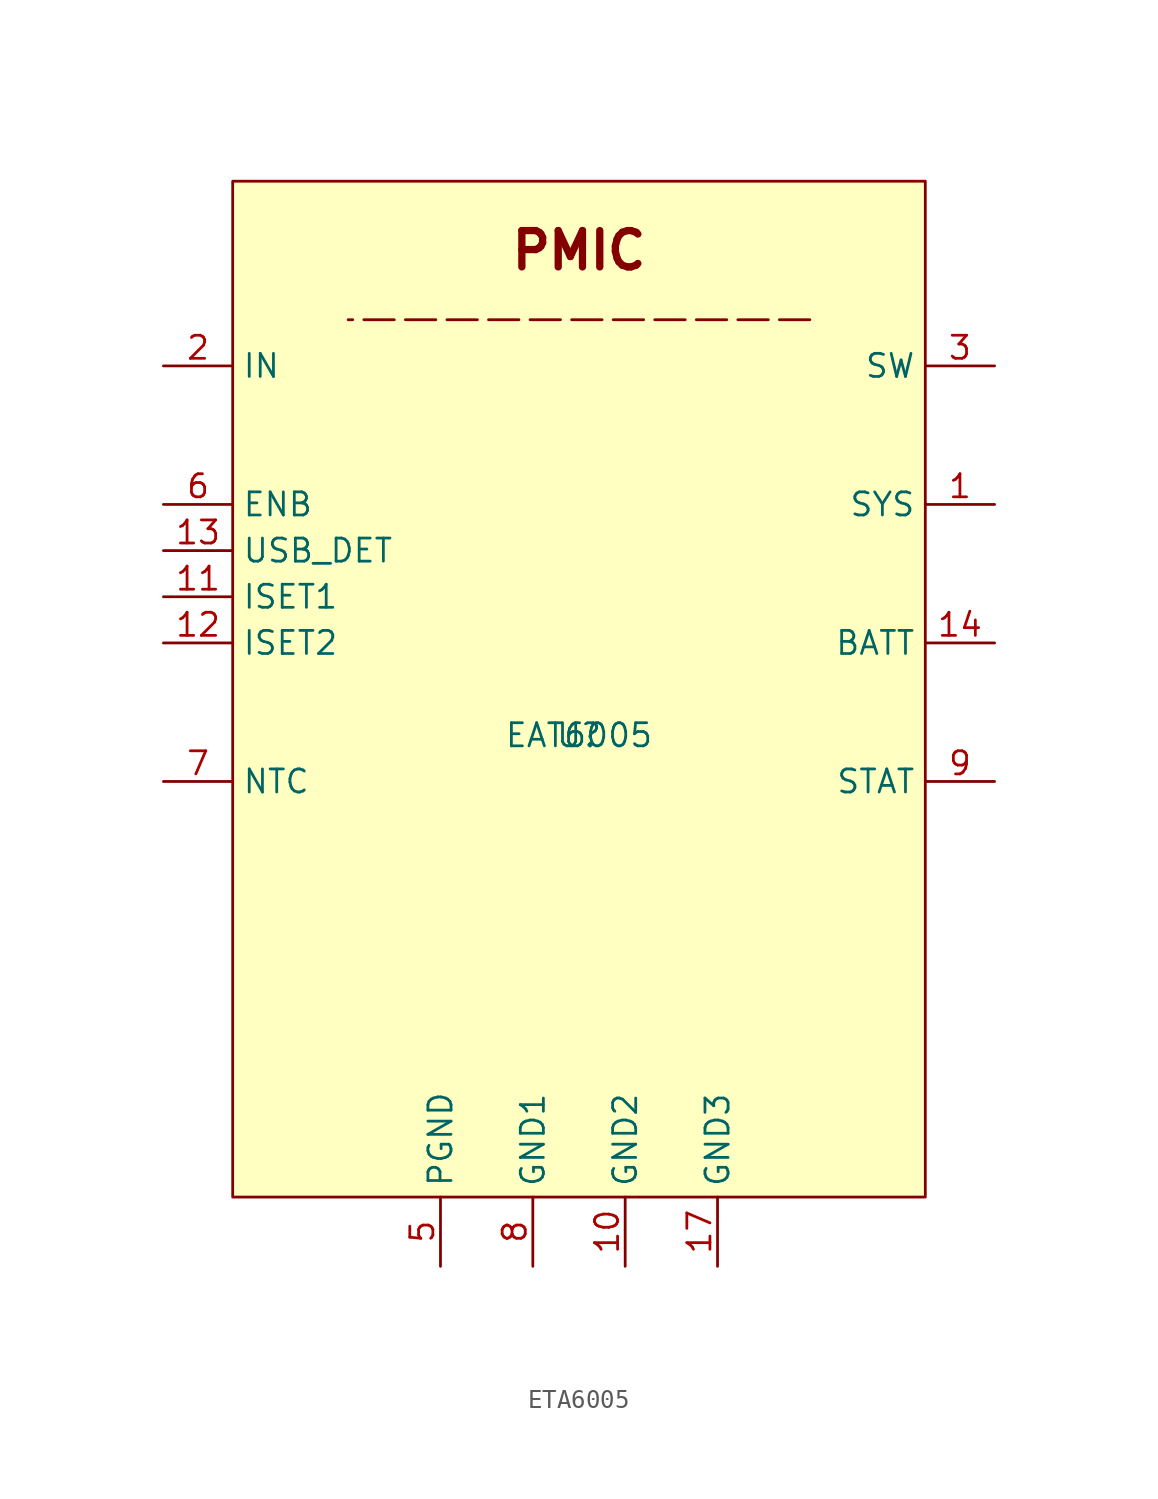
<source format=kicad_sym>
(kicad_symbol_lib
  (version 20231120)
  (generator "kicad_symbol_editor")
  (generator_version "8.0")
  (symbol "ETA6005"
    (property "Reference" "U"
      (at 0 0 0)
      (effects (font (size 1.27 1.27))))
    (property "Value" "EAT6005"
      (at 0 0 0)
      (effects (font (size 1.27 1.27))))
    (symbol "ETA6005_1_0"
      (rectangle (start -19.05 30.48) (end 19.05 -25.4) (stroke (width 0) (type default)) (fill (type background)))
      (pin unspecified line (at 22.86 12.7 180) (length 3.81) (name "SYS" (effects (font (size 1.27 1.27)))) (number "1" (effects (font (size 1.27 1.27)))))
      (pin power_in line (at 2.54 -29.21 90) (length 3.81) (name "GND2" (effects (font (size 1.27 1.27)))) (number "10" (effects (font (size 1.27 1.27)))))
      (pin unspecified line (at -22.86 7.62 0) (length 3.81) (name "ISET1" (effects (font (size 1.27 1.27)))) (number "11" (effects (font (size 1.27 1.27)))))
      (pin unspecified line (at -22.86 5.08 0) (length 3.81) (name "ISET2" (effects (font (size 1.27 1.27)))) (number "12" (effects (font (size 1.27 1.27)))))
      (pin unspecified line (at -22.86 10.16 0) (length 3.81) (name "USB_DET" (effects (font (size 1.27 1.27)))) (number "13" (effects (font (size 1.27 1.27)))))
      (pin unspecified line (at 22.86 5.08 180) (length 3.81) (name "BATT" (effects (font (size 1.27 1.27)))) (number "14" (effects (font (size 1.27 1.27)))))
      (pin passive line (at 22.86 12.7 180) (length 3.81) hide (name "SYS" (effects (font (size 1.27 1.27)))) (number "15" (effects (font (size 1.27 1.27)))))
      (pin passive line (at 22.86 5.08 180) (length 3.81) hide (name "BATT" (effects (font (size 1.27 1.27)))) (number "16" (effects (font (size 1.27 1.27)))))
      (pin power_in line (at 7.62 -29.21 90) (length 3.81) (name "GND3" (effects (font (size 1.27 1.27)))) (number "17" (effects (font (size 1.27 1.27)))))
      (pin unspecified line (at -22.86 20.32 0) (length 3.81) (name "IN" (effects (font (size 1.27 1.27)))) (number "2" (effects (font (size 1.27 1.27)))))
      (pin unspecified line (at 22.86 20.32 180) (length 3.81) (name "SW" (effects (font (size 1.27 1.27)))) (number "3" (effects (font (size 1.27 1.27)))))
      (pin passive line (at 22.86 20.32 180) (length 3.81) hide (name "SW" (effects (font (size 1.27 1.27)))) (number "4" (effects (font (size 1.27 1.27)))))
      (pin power_in line (at -7.62 -29.21 90) (length 3.81) (name "PGND" (effects (font (size 1.27 1.27)))) (number "5" (effects (font (size 1.27 1.27)))))
      (pin unspecified line (at -22.86 12.7 0) (length 3.81) (name "ENB" (effects (font (size 1.27 1.27)))) (number "6" (effects (font (size 1.27 1.27)))))
      (pin unspecified line (at -22.86 -2.54 0) (length 3.81) (name "NTC" (effects (font (size 1.27 1.27)))) (number "7" (effects (font (size 1.27 1.27)))))
      (pin power_in line (at -2.54 -29.21 90) (length 3.81) (name "GND1" (effects (font (size 1.27 1.27)))) (number "8" (effects (font (size 1.27 1.27)))))
      (pin unspecified line (at 22.86 -2.54 180) (length 3.81) (name "STAT" (effects (font (size 1.27 1.27)))) (number "9" (effects (font (size 1.27 1.27))))))
    (symbol "ETA6005_1_1"
      (polyline (pts (xy 12.7 22.86) (xy -12.7 22.86)) (stroke (width 0) (type dash)) (fill (type none)))
      (text "PMIC" (at 0 26.67 0) (effects (font (size 2 2) (bold yes)))))))
</source>
